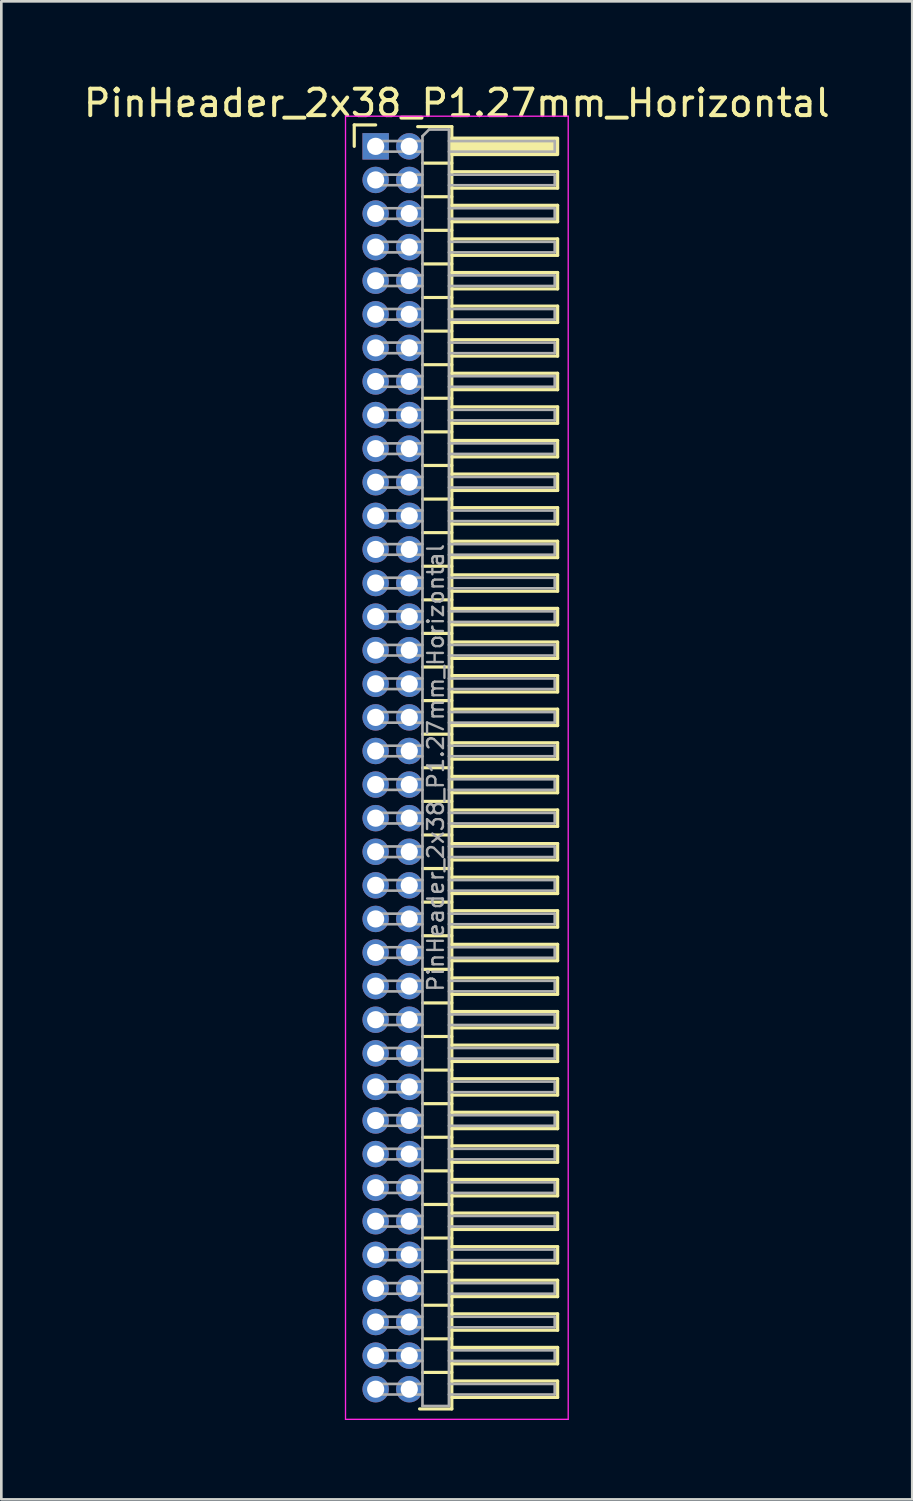
<source format=kicad_pcb>
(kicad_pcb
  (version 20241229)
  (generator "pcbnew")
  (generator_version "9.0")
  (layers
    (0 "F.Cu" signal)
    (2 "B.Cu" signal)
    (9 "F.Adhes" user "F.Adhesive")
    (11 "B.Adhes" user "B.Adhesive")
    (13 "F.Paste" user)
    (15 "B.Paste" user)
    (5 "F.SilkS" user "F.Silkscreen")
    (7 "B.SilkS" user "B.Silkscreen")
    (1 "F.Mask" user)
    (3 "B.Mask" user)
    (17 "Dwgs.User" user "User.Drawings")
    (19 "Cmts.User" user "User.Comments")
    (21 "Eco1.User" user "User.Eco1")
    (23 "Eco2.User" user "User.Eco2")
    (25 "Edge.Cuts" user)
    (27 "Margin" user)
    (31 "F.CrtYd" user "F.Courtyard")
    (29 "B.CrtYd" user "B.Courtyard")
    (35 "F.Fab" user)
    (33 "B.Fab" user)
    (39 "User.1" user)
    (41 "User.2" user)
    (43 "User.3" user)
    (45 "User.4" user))
  (footprint "PinHeader_2x38_P1.27mm_Horizontal"
    (layer "F.Cu")
    (at 11.153 2.483)
    (property "Reference" "PinHeader_2x38_P1.27mm_Horizontal" (at 3.067 -1.635 0) (layer "F.SilkS") (effects (font (size 1 1) (thickness 0.15))))
    (attr through_hole)
    (fp_line (start -0.81 -0.81) (end 0 -0.81) (stroke (width 0.12) (type solid)) (layer "F.SilkS"))
    (fp_line (start -0.81 0) (end -0.81 -0.81) (stroke (width 0.12) (type solid)) (layer "F.SilkS"))
    (fp_line (start 1.588 -0.745) (end 2.88 -0.745) (stroke (width 0.12) (type solid)) (layer "F.SilkS"))
    (fp_line (start 1.773 0.635) (end 2.88 0.635) (stroke (width 0.12) (type solid)) (layer "F.SilkS"))
    (fp_line (start 1.773 1.905) (end 2.88 1.905) (stroke (width 0.12) (type solid)) (layer "F.SilkS"))
    (fp_line (start 1.773 3.175) (end 2.88 3.175) (stroke (width 0.12) (type solid)) (layer "F.SilkS"))
    (fp_line (start 1.773 4.445) (end 2.88 4.445) (stroke (width 0.12) (type solid)) (layer "F.SilkS"))
    (fp_line (start 1.773 5.715) (end 2.88 5.715) (stroke (width 0.12) (type solid)) (layer "F.SilkS"))
    (fp_line (start 1.773 6.985) (end 2.88 6.985) (stroke (width 0.12) (type solid)) (layer "F.SilkS"))
    (fp_line (start 1.773 8.255) (end 2.88 8.255) (stroke (width 0.12) (type solid)) (layer "F.SilkS"))
    (fp_line (start 1.773 9.525) (end 2.88 9.525) (stroke (width 0.12) (type solid)) (layer "F.SilkS"))
    (fp_line (start 1.773 10.795) (end 2.88 10.795) (stroke (width 0.12) (type solid)) (layer "F.SilkS"))
    (fp_line (start 1.773 12.065) (end 2.88 12.065) (stroke (width 0.12) (type solid)) (layer "F.SilkS"))
    (fp_line (start 1.773 13.335) (end 2.88 13.335) (stroke (width 0.12) (type solid)) (layer "F.SilkS"))
    (fp_line (start 1.773 14.605) (end 2.88 14.605) (stroke (width 0.12) (type solid)) (layer "F.SilkS"))
    (fp_line (start 1.773 15.875) (end 2.88 15.875) (stroke (width 0.12) (type solid)) (layer "F.SilkS"))
    (fp_line (start 1.773 17.145) (end 2.88 17.145) (stroke (width 0.12) (type solid)) (layer "F.SilkS"))
    (fp_line (start 1.773 18.415) (end 2.88 18.415) (stroke (width 0.12) (type solid)) (layer "F.SilkS"))
    (fp_line (start 1.773 19.685) (end 2.88 19.685) (stroke (width 0.12) (type solid)) (layer "F.SilkS"))
    (fp_line (start 1.773 20.955) (end 2.88 20.955) (stroke (width 0.12) (type solid)) (layer "F.SilkS"))
    (fp_line (start 1.773 22.225) (end 2.88 22.225) (stroke (width 0.12) (type solid)) (layer "F.SilkS"))
    (fp_line (start 1.773 23.495) (end 2.88 23.495) (stroke (width 0.12) (type solid)) (layer "F.SilkS"))
    (fp_line (start 1.773 24.765) (end 2.88 24.765) (stroke (width 0.12) (type solid)) (layer "F.SilkS"))
    (fp_line (start 1.773 26.035) (end 2.88 26.035) (stroke (width 0.12) (type solid)) (layer "F.SilkS"))
    (fp_line (start 1.773 27.305) (end 2.88 27.305) (stroke (width 0.12) (type solid)) (layer "F.SilkS"))
    (fp_line (start 1.773 28.575) (end 2.88 28.575) (stroke (width 0.12) (type solid)) (layer "F.SilkS"))
    (fp_line (start 1.773 29.845) (end 2.88 29.845) (stroke (width 0.12) (type solid)) (layer "F.SilkS"))
    (fp_line (start 1.773 31.115) (end 2.88 31.115) (stroke (width 0.12) (type solid)) (layer "F.SilkS"))
    (fp_line (start 1.773 32.385) (end 2.88 32.385) (stroke (width 0.12) (type solid)) (layer "F.SilkS"))
    (fp_line (start 1.773 33.655) (end 2.88 33.655) (stroke (width 0.12) (type solid)) (layer "F.SilkS"))
    (fp_line (start 1.773 34.925) (end 2.88 34.925) (stroke (width 0.12) (type solid)) (layer "F.SilkS"))
    (fp_line (start 1.773 36.195) (end 2.88 36.195) (stroke (width 0.12) (type solid)) (layer "F.SilkS"))
    (fp_line (start 1.773 37.465) (end 2.88 37.465) (stroke (width 0.12) (type solid)) (layer "F.SilkS"))
    (fp_line (start 1.773 38.735) (end 2.88 38.735) (stroke (width 0.12) (type solid)) (layer "F.SilkS"))
    (fp_line (start 1.773 40.005) (end 2.88 40.005) (stroke (width 0.12) (type solid)) (layer "F.SilkS"))
    (fp_line (start 1.773 41.275) (end 2.88 41.275) (stroke (width 0.12) (type solid)) (layer "F.SilkS"))
    (fp_line (start 1.773 42.545) (end 2.88 42.545) (stroke (width 0.12) (type solid)) (layer "F.SilkS"))
    (fp_line (start 1.773 43.815) (end 2.88 43.815) (stroke (width 0.12) (type solid)) (layer "F.SilkS"))
    (fp_line (start 1.773 45.085) (end 2.88 45.085) (stroke (width 0.12) (type solid)) (layer "F.SilkS"))
    (fp_line (start 1.773 46.355) (end 2.88 46.355) (stroke (width 0.12) (type solid)) (layer "F.SilkS"))
    (fp_line (start 2.88 -0.745) (end 2.88 47.735) (stroke (width 0.12) (type solid)) (layer "F.SilkS"))
    (fp_line (start 2.88 0.96) (end 6.88 0.96) (stroke (width 0.12) (type solid)) (layer "F.SilkS"))
    (fp_line (start 2.88 2.23) (end 6.88 2.23) (stroke (width 0.12) (type solid)) (layer "F.SilkS"))
    (fp_line (start 2.88 3.5) (end 6.88 3.5) (stroke (width 0.12) (type solid)) (layer "F.SilkS"))
    (fp_line (start 2.88 4.77) (end 6.88 4.77) (stroke (width 0.12) (type solid)) (layer "F.SilkS"))
    (fp_line (start 2.88 6.04) (end 6.88 6.04) (stroke (width 0.12) (type solid)) (layer "F.SilkS"))
    (fp_line (start 2.88 7.31) (end 6.88 7.31) (stroke (width 0.12) (type solid)) (layer "F.SilkS"))
    (fp_line (start 2.88 8.58) (end 6.88 8.58) (stroke (width 0.12) (type solid)) (layer "F.SilkS"))
    (fp_line (start 2.88 9.85) (end 6.88 9.85) (stroke (width 0.12) (type solid)) (layer "F.SilkS"))
    (fp_line (start 2.88 11.12) (end 6.88 11.12) (stroke (width 0.12) (type solid)) (layer "F.SilkS"))
    (fp_line (start 2.88 12.39) (end 6.88 12.39) (stroke (width 0.12) (type solid)) (layer "F.SilkS"))
    (fp_line (start 2.88 13.66) (end 6.88 13.66) (stroke (width 0.12) (type solid)) (layer "F.SilkS"))
    (fp_line (start 2.88 14.93) (end 6.88 14.93) (stroke (width 0.12) (type solid)) (layer "F.SilkS"))
    (fp_line (start 2.88 16.2) (end 6.88 16.2) (stroke (width 0.12) (type solid)) (layer "F.SilkS"))
    (fp_line (start 2.88 17.47) (end 6.88 17.47) (stroke (width 0.12) (type solid)) (layer "F.SilkS"))
    (fp_line (start 2.88 18.74) (end 6.88 18.74) (stroke (width 0.12) (type solid)) (layer "F.SilkS"))
    (fp_line (start 2.88 20.01) (end 6.88 20.01) (stroke (width 0.12) (type solid)) (layer "F.SilkS"))
    (fp_line (start 2.88 21.28) (end 6.88 21.28) (stroke (width 0.12) (type solid)) (layer "F.SilkS"))
    (fp_line (start 2.88 22.55) (end 6.88 22.55) (stroke (width 0.12) (type solid)) (layer "F.SilkS"))
    (fp_line (start 2.88 23.82) (end 6.88 23.82) (stroke (width 0.12) (type solid)) (layer "F.SilkS"))
    (fp_line (start 2.88 25.09) (end 6.88 25.09) (stroke (width 0.12) (type solid)) (layer "F.SilkS"))
    (fp_line (start 2.88 26.36) (end 6.88 26.36) (stroke (width 0.12) (type solid)) (layer "F.SilkS"))
    (fp_line (start 2.88 27.63) (end 6.88 27.63) (stroke (width 0.12) (type solid)) (layer "F.SilkS"))
    (fp_line (start 2.88 28.9) (end 6.88 28.9) (stroke (width 0.12) (type solid)) (layer "F.SilkS"))
    (fp_line (start 2.88 30.17) (end 6.88 30.17) (stroke (width 0.12) (type solid)) (layer "F.SilkS"))
    (fp_line (start 2.88 31.44) (end 6.88 31.44) (stroke (width 0.12) (type solid)) (layer "F.SilkS"))
    (fp_line (start 2.88 32.71) (end 6.88 32.71) (stroke (width 0.12) (type solid)) (layer "F.SilkS"))
    (fp_line (start 2.88 33.98) (end 6.88 33.98) (stroke (width 0.12) (type solid)) (layer "F.SilkS"))
    (fp_line (start 2.88 35.25) (end 6.88 35.25) (stroke (width 0.12) (type solid)) (layer "F.SilkS"))
    (fp_line (start 2.88 36.52) (end 6.88 36.52) (stroke (width 0.12) (type solid)) (layer "F.SilkS"))
    (fp_line (start 2.88 37.79) (end 6.88 37.79) (stroke (width 0.12) (type solid)) (layer "F.SilkS"))
    (fp_line (start 2.88 39.06) (end 6.88 39.06) (stroke (width 0.12) (type solid)) (layer "F.SilkS"))
    (fp_line (start 2.88 40.33) (end 6.88 40.33) (stroke (width 0.12) (type solid)) (layer "F.SilkS"))
    (fp_line (start 2.88 41.6) (end 6.88 41.6) (stroke (width 0.12) (type solid)) (layer "F.SilkS"))
    (fp_line (start 2.88 42.87) (end 6.88 42.87) (stroke (width 0.12) (type solid)) (layer "F.SilkS"))
    (fp_line (start 2.88 44.14) (end 6.88 44.14) (stroke (width 0.12) (type solid)) (layer "F.SilkS"))
    (fp_line (start 2.88 45.41) (end 6.88 45.41) (stroke (width 0.12) (type solid)) (layer "F.SilkS"))
    (fp_line (start 2.88 46.68) (end 6.88 46.68) (stroke (width 0.12) (type solid)) (layer "F.SilkS"))
    (fp_line (start 2.88 47.735) (end 1.66 47.735) (stroke (width 0.12) (type solid)) (layer "F.SilkS"))
    (fp_line (start 6.88 0.96) (end 6.88 1.58) (stroke (width 0.12) (type solid)) (layer "F.SilkS"))
    (fp_line (start 6.88 1.58) (end 2.88 1.58) (stroke (width 0.12) (type solid)) (layer "F.SilkS"))
    (fp_line (start 6.88 2.23) (end 6.88 2.85) (stroke (width 0.12) (type solid)) (layer "F.SilkS"))
    (fp_line (start 6.88 2.85) (end 2.88 2.85) (stroke (width 0.12) (type solid)) (layer "F.SilkS"))
    (fp_line (start 6.88 3.5) (end 6.88 4.12) (stroke (width 0.12) (type solid)) (layer "F.SilkS"))
    (fp_line (start 6.88 4.12) (end 2.88 4.12) (stroke (width 0.12) (type solid)) (layer "F.SilkS"))
    (fp_line (start 6.88 4.77) (end 6.88 5.39) (stroke (width 0.12) (type solid)) (layer "F.SilkS"))
    (fp_line (start 6.88 5.39) (end 2.88 5.39) (stroke (width 0.12) (type solid)) (layer "F.SilkS"))
    (fp_line (start 6.88 6.04) (end 6.88 6.66) (stroke (width 0.12) (type solid)) (layer "F.SilkS"))
    (fp_line (start 6.88 6.66) (end 2.88 6.66) (stroke (width 0.12) (type solid)) (layer "F.SilkS"))
    (fp_line (start 6.88 7.31) (end 6.88 7.93) (stroke (width 0.12) (type solid)) (layer "F.SilkS"))
    (fp_line (start 6.88 7.93) (end 2.88 7.93) (stroke (width 0.12) (type solid)) (layer "F.SilkS"))
    (fp_line (start 6.88 8.58) (end 6.88 9.2) (stroke (width 0.12) (type solid)) (layer "F.SilkS"))
    (fp_line (start 6.88 9.2) (end 2.88 9.2) (stroke (width 0.12) (type solid)) (layer "F.SilkS"))
    (fp_line (start 6.88 9.85) (end 6.88 10.47) (stroke (width 0.12) (type solid)) (layer "F.SilkS"))
    (fp_line (start 6.88 10.47) (end 2.88 10.47) (stroke (width 0.12) (type solid)) (layer "F.SilkS"))
    (fp_line (start 6.88 11.12) (end 6.88 11.74) (stroke (width 0.12) (type solid)) (layer "F.SilkS"))
    (fp_line (start 6.88 11.74) (end 2.88 11.74) (stroke (width 0.12) (type solid)) (layer "F.SilkS"))
    (fp_line (start 6.88 12.39) (end 6.88 13.01) (stroke (width 0.12) (type solid)) (layer "F.SilkS"))
    (fp_line (start 6.88 13.01) (end 2.88 13.01) (stroke (width 0.12) (type solid)) (layer "F.SilkS"))
    (fp_line (start 6.88 13.66) (end 6.88 14.28) (stroke (width 0.12) (type solid)) (layer "F.SilkS"))
    (fp_line (start 6.88 14.28) (end 2.88 14.28) (stroke (width 0.12) (type solid)) (layer "F.SilkS"))
    (fp_line (start 6.88 14.93) (end 6.88 15.55) (stroke (width 0.12) (type solid)) (layer "F.SilkS"))
    (fp_line (start 6.88 15.55) (end 2.88 15.55) (stroke (width 0.12) (type solid)) (layer "F.SilkS"))
    (fp_line (start 6.88 16.2) (end 6.88 16.82) (stroke (width 0.12) (type solid)) (layer "F.SilkS"))
    (fp_line (start 6.88 16.82) (end 2.88 16.82) (stroke (width 0.12) (type solid)) (layer "F.SilkS"))
    (fp_line (start 6.88 17.47) (end 6.88 18.09) (stroke (width 0.12) (type solid)) (layer "F.SilkS"))
    (fp_line (start 6.88 18.09) (end 2.88 18.09) (stroke (width 0.12) (type solid)) (layer "F.SilkS"))
    (fp_line (start 6.88 18.74) (end 6.88 19.36) (stroke (width 0.12) (type solid)) (layer "F.SilkS"))
    (fp_line (start 6.88 19.36) (end 2.88 19.36) (stroke (width 0.12) (type solid)) (layer "F.SilkS"))
    (fp_line (start 6.88 20.01) (end 6.88 20.63) (stroke (width 0.12) (type solid)) (layer "F.SilkS"))
    (fp_line (start 6.88 20.63) (end 2.88 20.63) (stroke (width 0.12) (type solid)) (layer "F.SilkS"))
    (fp_line (start 6.88 21.28) (end 6.88 21.9) (stroke (width 0.12) (type solid)) (layer "F.SilkS"))
    (fp_line (start 6.88 21.9) (end 2.88 21.9) (stroke (width 0.12) (type solid)) (layer "F.SilkS"))
    (fp_line (start 6.88 22.55) (end 6.88 23.17) (stroke (width 0.12) (type solid)) (layer "F.SilkS"))
    (fp_line (start 6.88 23.17) (end 2.88 23.17) (stroke (width 0.12) (type solid)) (layer "F.SilkS"))
    (fp_line (start 6.88 23.82) (end 6.88 24.44) (stroke (width 0.12) (type solid)) (layer "F.SilkS"))
    (fp_line (start 6.88 24.44) (end 2.88 24.44) (stroke (width 0.12) (type solid)) (layer "F.SilkS"))
    (fp_line (start 6.88 25.09) (end 6.88 25.71) (stroke (width 0.12) (type solid)) (layer "F.SilkS"))
    (fp_line (start 6.88 25.71) (end 2.88 25.71) (stroke (width 0.12) (type solid)) (layer "F.SilkS"))
    (fp_line (start 6.88 26.36) (end 6.88 26.98) (stroke (width 0.12) (type solid)) (layer "F.SilkS"))
    (fp_line (start 6.88 26.98) (end 2.88 26.98) (stroke (width 0.12) (type solid)) (layer "F.SilkS"))
    (fp_line (start 6.88 27.63) (end 6.88 28.25) (stroke (width 0.12) (type solid)) (layer "F.SilkS"))
    (fp_line (start 6.88 28.25) (end 2.88 28.25) (stroke (width 0.12) (type solid)) (layer "F.SilkS"))
    (fp_line (start 6.88 28.9) (end 6.88 29.52) (stroke (width 0.12) (type solid)) (layer "F.SilkS"))
    (fp_line (start 6.88 29.52) (end 2.88 29.52) (stroke (width 0.12) (type solid)) (layer "F.SilkS"))
    (fp_line (start 6.88 30.17) (end 6.88 30.79) (stroke (width 0.12) (type solid)) (layer "F.SilkS"))
    (fp_line (start 6.88 30.79) (end 2.88 30.79) (stroke (width 0.12) (type solid)) (layer "F.SilkS"))
    (fp_line (start 6.88 31.44) (end 6.88 32.06) (stroke (width 0.12) (type solid)) (layer "F.SilkS"))
    (fp_line (start 6.88 32.06) (end 2.88 32.06) (stroke (width 0.12) (type solid)) (layer "F.SilkS"))
    (fp_line (start 6.88 32.71) (end 6.88 33.33) (stroke (width 0.12) (type solid)) (layer "F.SilkS"))
    (fp_line (start 6.88 33.33) (end 2.88 33.33) (stroke (width 0.12) (type solid)) (layer "F.SilkS"))
    (fp_line (start 6.88 33.98) (end 6.88 34.6) (stroke (width 0.12) (type solid)) (layer "F.SilkS"))
    (fp_line (start 6.88 34.6) (end 2.88 34.6) (stroke (width 0.12) (type solid)) (layer "F.SilkS"))
    (fp_line (start 6.88 35.25) (end 6.88 35.87) (stroke (width 0.12) (type solid)) (layer "F.SilkS"))
    (fp_line (start 6.88 35.87) (end 2.88 35.87) (stroke (width 0.12) (type solid)) (layer "F.SilkS"))
    (fp_line (start 6.88 36.52) (end 6.88 37.14) (stroke (width 0.12) (type solid)) (layer "F.SilkS"))
    (fp_line (start 6.88 37.14) (end 2.88 37.14) (stroke (width 0.12) (type solid)) (layer "F.SilkS"))
    (fp_line (start 6.88 37.79) (end 6.88 38.41) (stroke (width 0.12) (type solid)) (layer "F.SilkS"))
    (fp_line (start 6.88 38.41) (end 2.88 38.41) (stroke (width 0.12) (type solid)) (layer "F.SilkS"))
    (fp_line (start 6.88 39.06) (end 6.88 39.68) (stroke (width 0.12) (type solid)) (layer "F.SilkS"))
    (fp_line (start 6.88 39.68) (end 2.88 39.68) (stroke (width 0.12) (type solid)) (layer "F.SilkS"))
    (fp_line (start 6.88 40.33) (end 6.88 40.95) (stroke (width 0.12) (type solid)) (layer "F.SilkS"))
    (fp_line (start 6.88 40.95) (end 2.88 40.95) (stroke (width 0.12) (type solid)) (layer "F.SilkS"))
    (fp_line (start 6.88 41.6) (end 6.88 42.22) (stroke (width 0.12) (type solid)) (layer "F.SilkS"))
    (fp_line (start 6.88 42.22) (end 2.88 42.22) (stroke (width 0.12) (type solid)) (layer "F.SilkS"))
    (fp_line (start 6.88 42.87) (end 6.88 43.49) (stroke (width 0.12) (type solid)) (layer "F.SilkS"))
    (fp_line (start 6.88 43.49) (end 2.88 43.49) (stroke (width 0.12) (type solid)) (layer "F.SilkS"))
    (fp_line (start 6.88 44.14) (end 6.88 44.76) (stroke (width 0.12) (type solid)) (layer "F.SilkS"))
    (fp_line (start 6.88 44.76) (end 2.88 44.76) (stroke (width 0.12) (type solid)) (layer "F.SilkS"))
    (fp_line (start 6.88 45.41) (end 6.88 46.03) (stroke (width 0.12) (type solid)) (layer "F.SilkS"))
    (fp_line (start 6.88 46.03) (end 2.88 46.03) (stroke (width 0.12) (type solid)) (layer "F.SilkS"))
    (fp_line (start 6.88 46.68) (end 6.88 47.3) (stroke (width 0.12) (type solid)) (layer "F.SilkS"))
    (fp_line (start 6.88 47.3) (end 2.88 47.3) (stroke (width 0.12) (type solid)) (layer "F.SilkS"))
    (fp_rect (start 2.88 -0.31) (end 6.88 0.31) (stroke (width 0.12) (type solid)) (fill yes) (layer "F.SilkS"))
    (fp_line (start -1.14 -1.14) (end -1.14 48.13) (stroke (width 0.05) (type solid)) (layer "F.CrtYd"))
    (fp_line (start -1.14 48.13) (end 7.28 48.13) (stroke (width 0.05) (type solid)) (layer "F.CrtYd"))
    (fp_line (start 7.28 -1.14) (end -1.14 -1.14) (stroke (width 0.05) (type solid)) (layer "F.CrtYd"))
    (fp_line (start 7.28 48.13) (end 7.28 -1.14) (stroke (width 0.05) (type solid)) (layer "F.CrtYd"))
    (fp_line (start -0.2 -0.2) (end -0.2 0.2) (stroke (width 0.1) (type solid)) (layer "F.Fab"))
    (fp_line (start -0.2 -0.2) (end 1.77 -0.2) (stroke (width 0.1) (type solid)) (layer "F.Fab"))
    (fp_line (start -0.2 0.2) (end 1.77 0.2) (stroke (width 0.1) (type solid)) (layer "F.Fab"))
    (fp_line (start -0.2 1.07) (end -0.2 1.47) (stroke (width 0.1) (type solid)) (layer "F.Fab"))
    (fp_line (start -0.2 1.07) (end 1.77 1.07) (stroke (width 0.1) (type solid)) (layer "F.Fab"))
    (fp_line (start -0.2 1.47) (end 1.77 1.47) (stroke (width 0.1) (type solid)) (layer "F.Fab"))
    (fp_line (start -0.2 2.34) (end -0.2 2.74) (stroke (width 0.1) (type solid)) (layer "F.Fab"))
    (fp_line (start -0.2 2.34) (end 1.77 2.34) (stroke (width 0.1) (type solid)) (layer "F.Fab"))
    (fp_line (start -0.2 2.74) (end 1.77 2.74) (stroke (width 0.1) (type solid)) (layer "F.Fab"))
    (fp_line (start -0.2 3.61) (end -0.2 4.01) (stroke (width 0.1) (type solid)) (layer "F.Fab"))
    (fp_line (start -0.2 3.61) (end 1.77 3.61) (stroke (width 0.1) (type solid)) (layer "F.Fab"))
    (fp_line (start -0.2 4.01) (end 1.77 4.01) (stroke (width 0.1) (type solid)) (layer "F.Fab"))
    (fp_line (start -0.2 4.88) (end -0.2 5.28) (stroke (width 0.1) (type solid)) (layer "F.Fab"))
    (fp_line (start -0.2 4.88) (end 1.77 4.88) (stroke (width 0.1) (type solid)) (layer "F.Fab"))
    (fp_line (start -0.2 5.28) (end 1.77 5.28) (stroke (width 0.1) (type solid)) (layer "F.Fab"))
    (fp_line (start -0.2 6.15) (end -0.2 6.55) (stroke (width 0.1) (type solid)) (layer "F.Fab"))
    (fp_line (start -0.2 6.15) (end 1.77 6.15) (stroke (width 0.1) (type solid)) (layer "F.Fab"))
    (fp_line (start -0.2 6.55) (end 1.77 6.55) (stroke (width 0.1) (type solid)) (layer "F.Fab"))
    (fp_line (start -0.2 7.42) (end -0.2 7.82) (stroke (width 0.1) (type solid)) (layer "F.Fab"))
    (fp_line (start -0.2 7.42) (end 1.77 7.42) (stroke (width 0.1) (type solid)) (layer "F.Fab"))
    (fp_line (start -0.2 7.82) (end 1.77 7.82) (stroke (width 0.1) (type solid)) (layer "F.Fab"))
    (fp_line (start -0.2 8.69) (end -0.2 9.09) (stroke (width 0.1) (type solid)) (layer "F.Fab"))
    (fp_line (start -0.2 8.69) (end 1.77 8.69) (stroke (width 0.1) (type solid)) (layer "F.Fab"))
    (fp_line (start -0.2 9.09) (end 1.77 9.09) (stroke (width 0.1) (type solid)) (layer "F.Fab"))
    (fp_line (start -0.2 9.96) (end -0.2 10.36) (stroke (width 0.1) (type solid)) (layer "F.Fab"))
    (fp_line (start -0.2 9.96) (end 1.77 9.96) (stroke (width 0.1) (type solid)) (layer "F.Fab"))
    (fp_line (start -0.2 10.36) (end 1.77 10.36) (stroke (width 0.1) (type solid)) (layer "F.Fab"))
    (fp_line (start -0.2 11.23) (end -0.2 11.63) (stroke (width 0.1) (type solid)) (layer "F.Fab"))
    (fp_line (start -0.2 11.23) (end 1.77 11.23) (stroke (width 0.1) (type solid)) (layer "F.Fab"))
    (fp_line (start -0.2 11.63) (end 1.77 11.63) (stroke (width 0.1) (type solid)) (layer "F.Fab"))
    (fp_line (start -0.2 12.5) (end -0.2 12.9) (stroke (width 0.1) (type solid)) (layer "F.Fab"))
    (fp_line (start -0.2 12.5) (end 1.77 12.5) (stroke (width 0.1) (type solid)) (layer "F.Fab"))
    (fp_line (start -0.2 12.9) (end 1.77 12.9) (stroke (width 0.1) (type solid)) (layer "F.Fab"))
    (fp_line (start -0.2 13.77) (end -0.2 14.17) (stroke (width 0.1) (type solid)) (layer "F.Fab"))
    (fp_line (start -0.2 13.77) (end 1.77 13.77) (stroke (width 0.1) (type solid)) (layer "F.Fab"))
    (fp_line (start -0.2 14.17) (end 1.77 14.17) (stroke (width 0.1) (type solid)) (layer "F.Fab"))
    (fp_line (start -0.2 15.04) (end -0.2 15.44) (stroke (width 0.1) (type solid)) (layer "F.Fab"))
    (fp_line (start -0.2 15.04) (end 1.77 15.04) (stroke (width 0.1) (type solid)) (layer "F.Fab"))
    (fp_line (start -0.2 15.44) (end 1.77 15.44) (stroke (width 0.1) (type solid)) (layer "F.Fab"))
    (fp_line (start -0.2 16.31) (end -0.2 16.71) (stroke (width 0.1) (type solid)) (layer "F.Fab"))
    (fp_line (start -0.2 16.31) (end 1.77 16.31) (stroke (width 0.1) (type solid)) (layer "F.Fab"))
    (fp_line (start -0.2 16.71) (end 1.77 16.71) (stroke (width 0.1) (type solid)) (layer "F.Fab"))
    (fp_line (start -0.2 17.58) (end -0.2 17.98) (stroke (width 0.1) (type solid)) (layer "F.Fab"))
    (fp_line (start -0.2 17.58) (end 1.77 17.58) (stroke (width 0.1) (type solid)) (layer "F.Fab"))
    (fp_line (start -0.2 17.98) (end 1.77 17.98) (stroke (width 0.1) (type solid)) (layer "F.Fab"))
    (fp_line (start -0.2 18.85) (end -0.2 19.25) (stroke (width 0.1) (type solid)) (layer "F.Fab"))
    (fp_line (start -0.2 18.85) (end 1.77 18.85) (stroke (width 0.1) (type solid)) (layer "F.Fab"))
    (fp_line (start -0.2 19.25) (end 1.77 19.25) (stroke (width 0.1) (type solid)) (layer "F.Fab"))
    (fp_line (start -0.2 20.12) (end -0.2 20.52) (stroke (width 0.1) (type solid)) (layer "F.Fab"))
    (fp_line (start -0.2 20.12) (end 1.77 20.12) (stroke (width 0.1) (type solid)) (layer "F.Fab"))
    (fp_line (start -0.2 20.52) (end 1.77 20.52) (stroke (width 0.1) (type solid)) (layer "F.Fab"))
    (fp_line (start -0.2 21.39) (end -0.2 21.79) (stroke (width 0.1) (type solid)) (layer "F.Fab"))
    (fp_line (start -0.2 21.39) (end 1.77 21.39) (stroke (width 0.1) (type solid)) (layer "F.Fab"))
    (fp_line (start -0.2 21.79) (end 1.77 21.79) (stroke (width 0.1) (type solid)) (layer "F.Fab"))
    (fp_line (start -0.2 22.66) (end -0.2 23.06) (stroke (width 0.1) (type solid)) (layer "F.Fab"))
    (fp_line (start -0.2 22.66) (end 1.77 22.66) (stroke (width 0.1) (type solid)) (layer "F.Fab"))
    (fp_line (start -0.2 23.06) (end 1.77 23.06) (stroke (width 0.1) (type solid)) (layer "F.Fab"))
    (fp_line (start -0.2 23.93) (end -0.2 24.33) (stroke (width 0.1) (type solid)) (layer "F.Fab"))
    (fp_line (start -0.2 23.93) (end 1.77 23.93) (stroke (width 0.1) (type solid)) (layer "F.Fab"))
    (fp_line (start -0.2 24.33) (end 1.77 24.33) (stroke (width 0.1) (type solid)) (layer "F.Fab"))
    (fp_line (start -0.2 25.2) (end -0.2 25.6) (stroke (width 0.1) (type solid)) (layer "F.Fab"))
    (fp_line (start -0.2 25.2) (end 1.77 25.2) (stroke (width 0.1) (type solid)) (layer "F.Fab"))
    (fp_line (start -0.2 25.6) (end 1.77 25.6) (stroke (width 0.1) (type solid)) (layer "F.Fab"))
    (fp_line (start -0.2 26.47) (end -0.2 26.87) (stroke (width 0.1) (type solid)) (layer "F.Fab"))
    (fp_line (start -0.2 26.47) (end 1.77 26.47) (stroke (width 0.1) (type solid)) (layer "F.Fab"))
    (fp_line (start -0.2 26.87) (end 1.77 26.87) (stroke (width 0.1) (type solid)) (layer "F.Fab"))
    (fp_line (start -0.2 27.74) (end -0.2 28.14) (stroke (width 0.1) (type solid)) (layer "F.Fab"))
    (fp_line (start -0.2 27.74) (end 1.77 27.74) (stroke (width 0.1) (type solid)) (layer "F.Fab"))
    (fp_line (start -0.2 28.14) (end 1.77 28.14) (stroke (width 0.1) (type solid)) (layer "F.Fab"))
    (fp_line (start -0.2 29.01) (end -0.2 29.41) (stroke (width 0.1) (type solid)) (layer "F.Fab"))
    (fp_line (start -0.2 29.01) (end 1.77 29.01) (stroke (width 0.1) (type solid)) (layer "F.Fab"))
    (fp_line (start -0.2 29.41) (end 1.77 29.41) (stroke (width 0.1) (type solid)) (layer "F.Fab"))
    (fp_line (start -0.2 30.28) (end -0.2 30.68) (stroke (width 0.1) (type solid)) (layer "F.Fab"))
    (fp_line (start -0.2 30.28) (end 1.77 30.28) (stroke (width 0.1) (type solid)) (layer "F.Fab"))
    (fp_line (start -0.2 30.68) (end 1.77 30.68) (stroke (width 0.1) (type solid)) (layer "F.Fab"))
    (fp_line (start -0.2 31.55) (end -0.2 31.95) (stroke (width 0.1) (type solid)) (layer "F.Fab"))
    (fp_line (start -0.2 31.55) (end 1.77 31.55) (stroke (width 0.1) (type solid)) (layer "F.Fab"))
    (fp_line (start -0.2 31.95) (end 1.77 31.95) (stroke (width 0.1) (type solid)) (layer "F.Fab"))
    (fp_line (start -0.2 32.82) (end -0.2 33.22) (stroke (width 0.1) (type solid)) (layer "F.Fab"))
    (fp_line (start -0.2 32.82) (end 1.77 32.82) (stroke (width 0.1) (type solid)) (layer "F.Fab"))
    (fp_line (start -0.2 33.22) (end 1.77 33.22) (stroke (width 0.1) (type solid)) (layer "F.Fab"))
    (fp_line (start -0.2 34.09) (end -0.2 34.49) (stroke (width 0.1) (type solid)) (layer "F.Fab"))
    (fp_line (start -0.2 34.09) (end 1.77 34.09) (stroke (width 0.1) (type solid)) (layer "F.Fab"))
    (fp_line (start -0.2 34.49) (end 1.77 34.49) (stroke (width 0.1) (type solid)) (layer "F.Fab"))
    (fp_line (start -0.2 35.36) (end -0.2 35.76) (stroke (width 0.1) (type solid)) (layer "F.Fab"))
    (fp_line (start -0.2 35.36) (end 1.77 35.36) (stroke (width 0.1) (type solid)) (layer "F.Fab"))
    (fp_line (start -0.2 35.76) (end 1.77 35.76) (stroke (width 0.1) (type solid)) (layer "F.Fab"))
    (fp_line (start -0.2 36.63) (end -0.2 37.03) (stroke (width 0.1) (type solid)) (layer "F.Fab"))
    (fp_line (start -0.2 36.63) (end 1.77 36.63) (stroke (width 0.1) (type solid)) (layer "F.Fab"))
    (fp_line (start -0.2 37.03) (end 1.77 37.03) (stroke (width 0.1) (type solid)) (layer "F.Fab"))
    (fp_line (start -0.2 37.9) (end -0.2 38.3) (stroke (width 0.1) (type solid)) (layer "F.Fab"))
    (fp_line (start -0.2 37.9) (end 1.77 37.9) (stroke (width 0.1) (type solid)) (layer "F.Fab"))
    (fp_line (start -0.2 38.3) (end 1.77 38.3) (stroke (width 0.1) (type solid)) (layer "F.Fab"))
    (fp_line (start -0.2 39.17) (end -0.2 39.57) (stroke (width 0.1) (type solid)) (layer "F.Fab"))
    (fp_line (start -0.2 39.17) (end 1.77 39.17) (stroke (width 0.1) (type solid)) (layer "F.Fab"))
    (fp_line (start -0.2 39.57) (end 1.77 39.57) (stroke (width 0.1) (type solid)) (layer "F.Fab"))
    (fp_line (start -0.2 40.44) (end -0.2 40.84) (stroke (width 0.1) (type solid)) (layer "F.Fab"))
    (fp_line (start -0.2 40.44) (end 1.77 40.44) (stroke (width 0.1) (type solid)) (layer "F.Fab"))
    (fp_line (start -0.2 40.84) (end 1.77 40.84) (stroke (width 0.1) (type solid)) (layer "F.Fab"))
    (fp_line (start -0.2 41.71) (end -0.2 42.11) (stroke (width 0.1) (type solid)) (layer "F.Fab"))
    (fp_line (start -0.2 41.71) (end 1.77 41.71) (stroke (width 0.1) (type solid)) (layer "F.Fab"))
    (fp_line (start -0.2 42.11) (end 1.77 42.11) (stroke (width 0.1) (type solid)) (layer "F.Fab"))
    (fp_line (start -0.2 42.98) (end -0.2 43.38) (stroke (width 0.1) (type solid)) (layer "F.Fab"))
    (fp_line (start -0.2 42.98) (end 1.77 42.98) (stroke (width 0.1) (type solid)) (layer "F.Fab"))
    (fp_line (start -0.2 43.38) (end 1.77 43.38) (stroke (width 0.1) (type solid)) (layer "F.Fab"))
    (fp_line (start -0.2 44.25) (end -0.2 44.65) (stroke (width 0.1) (type solid)) (layer "F.Fab"))
    (fp_line (start -0.2 44.25) (end 1.77 44.25) (stroke (width 0.1) (type solid)) (layer "F.Fab"))
    (fp_line (start -0.2 44.65) (end 1.77 44.65) (stroke (width 0.1) (type solid)) (layer "F.Fab"))
    (fp_line (start -0.2 45.52) (end -0.2 45.92) (stroke (width 0.1) (type solid)) (layer "F.Fab"))
    (fp_line (start -0.2 45.52) (end 1.77 45.52) (stroke (width 0.1) (type solid)) (layer "F.Fab"))
    (fp_line (start -0.2 45.92) (end 1.77 45.92) (stroke (width 0.1) (type solid)) (layer "F.Fab"))
    (fp_line (start -0.2 46.79) (end -0.2 47.19) (stroke (width 0.1) (type solid)) (layer "F.Fab"))
    (fp_line (start -0.2 46.79) (end 1.77 46.79) (stroke (width 0.1) (type solid)) (layer "F.Fab"))
    (fp_line (start -0.2 47.19) (end 1.77 47.19) (stroke (width 0.1) (type solid)) (layer "F.Fab"))
    (fp_line (start 1.77 -0.385) (end 2.02 -0.635) (stroke (width 0.1) (type solid)) (layer "F.Fab"))
    (fp_line (start 1.77 47.625) (end 1.77 -0.385) (stroke (width 0.1) (type solid)) (layer "F.Fab"))
    (fp_line (start 2.02 -0.635) (end 2.77 -0.635) (stroke (width 0.1) (type solid)) (layer "F.Fab"))
    (fp_line (start 2.77 -0.635) (end 2.77 47.625) (stroke (width 0.1) (type solid)) (layer "F.Fab"))
    (fp_line (start 2.77 -0.2) (end 6.77 -0.2) (stroke (width 0.1) (type solid)) (layer "F.Fab"))
    (fp_line (start 2.77 0.2) (end 6.77 0.2) (stroke (width 0.1) (type solid)) (layer "F.Fab"))
    (fp_line (start 2.77 1.07) (end 6.77 1.07) (stroke (width 0.1) (type solid)) (layer "F.Fab"))
    (fp_line (start 2.77 1.47) (end 6.77 1.47) (stroke (width 0.1) (type solid)) (layer "F.Fab"))
    (fp_line (start 2.77 2.34) (end 6.77 2.34) (stroke (width 0.1) (type solid)) (layer "F.Fab"))
    (fp_line (start 2.77 2.74) (end 6.77 2.74) (stroke (width 0.1) (type solid)) (layer "F.Fab"))
    (fp_line (start 2.77 3.61) (end 6.77 3.61) (stroke (width 0.1) (type solid)) (layer "F.Fab"))
    (fp_line (start 2.77 4.01) (end 6.77 4.01) (stroke (width 0.1) (type solid)) (layer "F.Fab"))
    (fp_line (start 2.77 4.88) (end 6.77 4.88) (stroke (width 0.1) (type solid)) (layer "F.Fab"))
    (fp_line (start 2.77 5.28) (end 6.77 5.28) (stroke (width 0.1) (type solid)) (layer "F.Fab"))
    (fp_line (start 2.77 6.15) (end 6.77 6.15) (stroke (width 0.1) (type solid)) (layer "F.Fab"))
    (fp_line (start 2.77 6.55) (end 6.77 6.55) (stroke (width 0.1) (type solid)) (layer "F.Fab"))
    (fp_line (start 2.77 7.42) (end 6.77 7.42) (stroke (width 0.1) (type solid)) (layer "F.Fab"))
    (fp_line (start 2.77 7.82) (end 6.77 7.82) (stroke (width 0.1) (type solid)) (layer "F.Fab"))
    (fp_line (start 2.77 8.69) (end 6.77 8.69) (stroke (width 0.1) (type solid)) (layer "F.Fab"))
    (fp_line (start 2.77 9.09) (end 6.77 9.09) (stroke (width 0.1) (type solid)) (layer "F.Fab"))
    (fp_line (start 2.77 9.96) (end 6.77 9.96) (stroke (width 0.1) (type solid)) (layer "F.Fab"))
    (fp_line (start 2.77 10.36) (end 6.77 10.36) (stroke (width 0.1) (type solid)) (layer "F.Fab"))
    (fp_line (start 2.77 11.23) (end 6.77 11.23) (stroke (width 0.1) (type solid)) (layer "F.Fab"))
    (fp_line (start 2.77 11.63) (end 6.77 11.63) (stroke (width 0.1) (type solid)) (layer "F.Fab"))
    (fp_line (start 2.77 12.5) (end 6.77 12.5) (stroke (width 0.1) (type solid)) (layer "F.Fab"))
    (fp_line (start 2.77 12.9) (end 6.77 12.9) (stroke (width 0.1) (type solid)) (layer "F.Fab"))
    (fp_line (start 2.77 13.77) (end 6.77 13.77) (stroke (width 0.1) (type solid)) (layer "F.Fab"))
    (fp_line (start 2.77 14.17) (end 6.77 14.17) (stroke (width 0.1) (type solid)) (layer "F.Fab"))
    (fp_line (start 2.77 15.04) (end 6.77 15.04) (stroke (width 0.1) (type solid)) (layer "F.Fab"))
    (fp_line (start 2.77 15.44) (end 6.77 15.44) (stroke (width 0.1) (type solid)) (layer "F.Fab"))
    (fp_line (start 2.77 16.31) (end 6.77 16.31) (stroke (width 0.1) (type solid)) (layer "F.Fab"))
    (fp_line (start 2.77 16.71) (end 6.77 16.71) (stroke (width 0.1) (type solid)) (layer "F.Fab"))
    (fp_line (start 2.77 17.58) (end 6.77 17.58) (stroke (width 0.1) (type solid)) (layer "F.Fab"))
    (fp_line (start 2.77 17.98) (end 6.77 17.98) (stroke (width 0.1) (type solid)) (layer "F.Fab"))
    (fp_line (start 2.77 18.85) (end 6.77 18.85) (stroke (width 0.1) (type solid)) (layer "F.Fab"))
    (fp_line (start 2.77 19.25) (end 6.77 19.25) (stroke (width 0.1) (type solid)) (layer "F.Fab"))
    (fp_line (start 2.77 20.12) (end 6.77 20.12) (stroke (width 0.1) (type solid)) (layer "F.Fab"))
    (fp_line (start 2.77 20.52) (end 6.77 20.52) (stroke (width 0.1) (type solid)) (layer "F.Fab"))
    (fp_line (start 2.77 21.39) (end 6.77 21.39) (stroke (width 0.1) (type solid)) (layer "F.Fab"))
    (fp_line (start 2.77 21.79) (end 6.77 21.79) (stroke (width 0.1) (type solid)) (layer "F.Fab"))
    (fp_line (start 2.77 22.66) (end 6.77 22.66) (stroke (width 0.1) (type solid)) (layer "F.Fab"))
    (fp_line (start 2.77 23.06) (end 6.77 23.06) (stroke (width 0.1) (type solid)) (layer "F.Fab"))
    (fp_line (start 2.77 23.93) (end 6.77 23.93) (stroke (width 0.1) (type solid)) (layer "F.Fab"))
    (fp_line (start 2.77 24.33) (end 6.77 24.33) (stroke (width 0.1) (type solid)) (layer "F.Fab"))
    (fp_line (start 2.77 25.2) (end 6.77 25.2) (stroke (width 0.1) (type solid)) (layer "F.Fab"))
    (fp_line (start 2.77 25.6) (end 6.77 25.6) (stroke (width 0.1) (type solid)) (layer "F.Fab"))
    (fp_line (start 2.77 26.47) (end 6.77 26.47) (stroke (width 0.1) (type solid)) (layer "F.Fab"))
    (fp_line (start 2.77 26.87) (end 6.77 26.87) (stroke (width 0.1) (type solid)) (layer "F.Fab"))
    (fp_line (start 2.77 27.74) (end 6.77 27.74) (stroke (width 0.1) (type solid)) (layer "F.Fab"))
    (fp_line (start 2.77 28.14) (end 6.77 28.14) (stroke (width 0.1) (type solid)) (layer "F.Fab"))
    (fp_line (start 2.77 29.01) (end 6.77 29.01) (stroke (width 0.1) (type solid)) (layer "F.Fab"))
    (fp_line (start 2.77 29.41) (end 6.77 29.41) (stroke (width 0.1) (type solid)) (layer "F.Fab"))
    (fp_line (start 2.77 30.28) (end 6.77 30.28) (stroke (width 0.1) (type solid)) (layer "F.Fab"))
    (fp_line (start 2.77 30.68) (end 6.77 30.68) (stroke (width 0.1) (type solid)) (layer "F.Fab"))
    (fp_line (start 2.77 31.55) (end 6.77 31.55) (stroke (width 0.1) (type solid)) (layer "F.Fab"))
    (fp_line (start 2.77 31.95) (end 6.77 31.95) (stroke (width 0.1) (type solid)) (layer "F.Fab"))
    (fp_line (start 2.77 32.82) (end 6.77 32.82) (stroke (width 0.1) (type solid)) (layer "F.Fab"))
    (fp_line (start 2.77 33.22) (end 6.77 33.22) (stroke (width 0.1) (type solid)) (layer "F.Fab"))
    (fp_line (start 2.77 34.09) (end 6.77 34.09) (stroke (width 0.1) (type solid)) (layer "F.Fab"))
    (fp_line (start 2.77 34.49) (end 6.77 34.49) (stroke (width 0.1) (type solid)) (layer "F.Fab"))
    (fp_line (start 2.77 35.36) (end 6.77 35.36) (stroke (width 0.1) (type solid)) (layer "F.Fab"))
    (fp_line (start 2.77 35.76) (end 6.77 35.76) (stroke (width 0.1) (type solid)) (layer "F.Fab"))
    (fp_line (start 2.77 36.63) (end 6.77 36.63) (stroke (width 0.1) (type solid)) (layer "F.Fab"))
    (fp_line (start 2.77 37.03) (end 6.77 37.03) (stroke (width 0.1) (type solid)) (layer "F.Fab"))
    (fp_line (start 2.77 37.9) (end 6.77 37.9) (stroke (width 0.1) (type solid)) (layer "F.Fab"))
    (fp_line (start 2.77 38.3) (end 6.77 38.3) (stroke (width 0.1) (type solid)) (layer "F.Fab"))
    (fp_line (start 2.77 39.17) (end 6.77 39.17) (stroke (width 0.1) (type solid)) (layer "F.Fab"))
    (fp_line (start 2.77 39.57) (end 6.77 39.57) (stroke (width 0.1) (type solid)) (layer "F.Fab"))
    (fp_line (start 2.77 40.44) (end 6.77 40.44) (stroke (width 0.1) (type solid)) (layer "F.Fab"))
    (fp_line (start 2.77 40.84) (end 6.77 40.84) (stroke (width 0.1) (type solid)) (layer "F.Fab"))
    (fp_line (start 2.77 41.71) (end 6.77 41.71) (stroke (width 0.1) (type solid)) (layer "F.Fab"))
    (fp_line (start 2.77 42.11) (end 6.77 42.11) (stroke (width 0.1) (type solid)) (layer "F.Fab"))
    (fp_line (start 2.77 42.98) (end 6.77 42.98) (stroke (width 0.1) (type solid)) (layer "F.Fab"))
    (fp_line (start 2.77 43.38) (end 6.77 43.38) (stroke (width 0.1) (type solid)) (layer "F.Fab"))
    (fp_line (start 2.77 44.25) (end 6.77 44.25) (stroke (width 0.1) (type solid)) (layer "F.Fab"))
    (fp_line (start 2.77 44.65) (end 6.77 44.65) (stroke (width 0.1) (type solid)) (layer "F.Fab"))
    (fp_line (start 2.77 45.52) (end 6.77 45.52) (stroke (width 0.1) (type solid)) (layer "F.Fab"))
    (fp_line (start 2.77 45.92) (end 6.77 45.92) (stroke (width 0.1) (type solid)) (layer "F.Fab"))
    (fp_line (start 2.77 46.79) (end 6.77 46.79) (stroke (width 0.1) (type solid)) (layer "F.Fab"))
    (fp_line (start 2.77 47.19) (end 6.77 47.19) (stroke (width 0.1) (type solid)) (layer "F.Fab"))
    (fp_line (start 2.77 47.625) (end 1.77 47.625) (stroke (width 0.1) (type solid)) (layer "F.Fab"))
    (fp_line (start 6.77 -0.2) (end 6.77 0.2) (stroke (width 0.1) (type solid)) (layer "F.Fab"))
    (fp_line (start 6.77 1.07) (end 6.77 1.47) (stroke (width 0.1) (type solid)) (layer "F.Fab"))
    (fp_line (start 6.77 2.34) (end 6.77 2.74) (stroke (width 0.1) (type solid)) (layer "F.Fab"))
    (fp_line (start 6.77 3.61) (end 6.77 4.01) (stroke (width 0.1) (type solid)) (layer "F.Fab"))
    (fp_line (start 6.77 4.88) (end 6.77 5.28) (stroke (width 0.1) (type solid)) (layer "F.Fab"))
    (fp_line (start 6.77 6.15) (end 6.77 6.55) (stroke (width 0.1) (type solid)) (layer "F.Fab"))
    (fp_line (start 6.77 7.42) (end 6.77 7.82) (stroke (width 0.1) (type solid)) (layer "F.Fab"))
    (fp_line (start 6.77 8.69) (end 6.77 9.09) (stroke (width 0.1) (type solid)) (layer "F.Fab"))
    (fp_line (start 6.77 9.96) (end 6.77 10.36) (stroke (width 0.1) (type solid)) (layer "F.Fab"))
    (fp_line (start 6.77 11.23) (end 6.77 11.63) (stroke (width 0.1) (type solid)) (layer "F.Fab"))
    (fp_line (start 6.77 12.5) (end 6.77 12.9) (stroke (width 0.1) (type solid)) (layer "F.Fab"))
    (fp_line (start 6.77 13.77) (end 6.77 14.17) (stroke (width 0.1) (type solid)) (layer "F.Fab"))
    (fp_line (start 6.77 15.04) (end 6.77 15.44) (stroke (width 0.1) (type solid)) (layer "F.Fab"))
    (fp_line (start 6.77 16.31) (end 6.77 16.71) (stroke (width 0.1) (type solid)) (layer "F.Fab"))
    (fp_line (start 6.77 17.58) (end 6.77 17.98) (stroke (width 0.1) (type solid)) (layer "F.Fab"))
    (fp_line (start 6.77 18.85) (end 6.77 19.25) (stroke (width 0.1) (type solid)) (layer "F.Fab"))
    (fp_line (start 6.77 20.12) (end 6.77 20.52) (stroke (width 0.1) (type solid)) (layer "F.Fab"))
    (fp_line (start 6.77 21.39) (end 6.77 21.79) (stroke (width 0.1) (type solid)) (layer "F.Fab"))
    (fp_line (start 6.77 22.66) (end 6.77 23.06) (stroke (width 0.1) (type solid)) (layer "F.Fab"))
    (fp_line (start 6.77 23.93) (end 6.77 24.33) (stroke (width 0.1) (type solid)) (layer "F.Fab"))
    (fp_line (start 6.77 25.2) (end 6.77 25.6) (stroke (width 0.1) (type solid)) (layer "F.Fab"))
    (fp_line (start 6.77 26.47) (end 6.77 26.87) (stroke (width 0.1) (type solid)) (layer "F.Fab"))
    (fp_line (start 6.77 27.74) (end 6.77 28.14) (stroke (width 0.1) (type solid)) (layer "F.Fab"))
    (fp_line (start 6.77 29.01) (end 6.77 29.41) (stroke (width 0.1) (type solid)) (layer "F.Fab"))
    (fp_line (start 6.77 30.28) (end 6.77 30.68) (stroke (width 0.1) (type solid)) (layer "F.Fab"))
    (fp_line (start 6.77 31.55) (end 6.77 31.95) (stroke (width 0.1) (type solid)) (layer "F.Fab"))
    (fp_line (start 6.77 32.82) (end 6.77 33.22) (stroke (width 0.1) (type solid)) (layer "F.Fab"))
    (fp_line (start 6.77 34.09) (end 6.77 34.49) (stroke (width 0.1) (type solid)) (layer "F.Fab"))
    (fp_line (start 6.77 35.36) (end 6.77 35.76) (stroke (width 0.1) (type solid)) (layer "F.Fab"))
    (fp_line (start 6.77 36.63) (end 6.77 37.03) (stroke (width 0.1) (type solid)) (layer "F.Fab"))
    (fp_line (start 6.77 37.9) (end 6.77 38.3) (stroke (width 0.1) (type solid)) (layer "F.Fab"))
    (fp_line (start 6.77 39.17) (end 6.77 39.57) (stroke (width 0.1) (type solid)) (layer "F.Fab"))
    (fp_line (start 6.77 40.44) (end 6.77 40.84) (stroke (width 0.1) (type solid)) (layer "F.Fab"))
    (fp_line (start 6.77 41.71) (end 6.77 42.11) (stroke (width 0.1) (type solid)) (layer "F.Fab"))
    (fp_line (start 6.77 42.98) (end 6.77 43.38) (stroke (width 0.1) (type solid)) (layer "F.Fab"))
    (fp_line (start 6.77 44.25) (end 6.77 44.65) (stroke (width 0.1) (type solid)) (layer "F.Fab"))
    (fp_line (start 6.77 45.52) (end 6.77 45.92) (stroke (width 0.1) (type solid)) (layer "F.Fab"))
    (fp_line (start 6.77 46.79) (end 6.77 47.19) (stroke (width 0.1) (type solid)) (layer "F.Fab"))
    (fp_text user "${REFERENCE}" (at 2.27 23.495 90) (layer "F.Fab") (effects (font (size 0.6 0.6) (thickness 0.09))))
    (pad "1" thru_hole rect (at 0 0) (size 1 1) (drill 0.65) (layers "*.Cu" "*.Mask"))
    (pad "2" thru_hole circle (at 1.27 0) (size 1 1) (drill 0.65) (layers "*.Cu" "*.Mask"))
    (pad "3" thru_hole circle (at 0 1.27) (size 1 1) (drill 0.65) (layers "*.Cu" "*.Mask"))
    (pad "4" thru_hole circle (at 1.27 1.27) (size 1 1) (drill 0.65) (layers "*.Cu" "*.Mask"))
    (pad "5" thru_hole circle (at 0 2.54) (size 1 1) (drill 0.65) (layers "*.Cu" "*.Mask"))
    (pad "6" thru_hole circle (at 1.27 2.54) (size 1 1) (drill 0.65) (layers "*.Cu" "*.Mask"))
    (pad "7" thru_hole circle (at 0 3.81) (size 1 1) (drill 0.65) (layers "*.Cu" "*.Mask"))
    (pad "8" thru_hole circle (at 1.27 3.81) (size 1 1) (drill 0.65) (layers "*.Cu" "*.Mask"))
    (pad "9" thru_hole circle (at 0 5.08) (size 1 1) (drill 0.65) (layers "*.Cu" "*.Mask"))
    (pad "10" thru_hole circle (at 1.27 5.08) (size 1 1) (drill 0.65) (layers "*.Cu" "*.Mask"))
    (pad "11" thru_hole circle (at 0 6.35) (size 1 1) (drill 0.65) (layers "*.Cu" "*.Mask"))
    (pad "12" thru_hole circle (at 1.27 6.35) (size 1 1) (drill 0.65) (layers "*.Cu" "*.Mask"))
    (pad "13" thru_hole circle (at 0 7.62) (size 1 1) (drill 0.65) (layers "*.Cu" "*.Mask"))
    (pad "14" thru_hole circle (at 1.27 7.62) (size 1 1) (drill 0.65) (layers "*.Cu" "*.Mask"))
    (pad "15" thru_hole circle (at 0 8.89) (size 1 1) (drill 0.65) (layers "*.Cu" "*.Mask"))
    (pad "16" thru_hole circle (at 1.27 8.89) (size 1 1) (drill 0.65) (layers "*.Cu" "*.Mask"))
    (pad "17" thru_hole circle (at 0 10.16) (size 1 1) (drill 0.65) (layers "*.Cu" "*.Mask"))
    (pad "18" thru_hole circle (at 1.27 10.16) (size 1 1) (drill 0.65) (layers "*.Cu" "*.Mask"))
    (pad "19" thru_hole circle (at 0 11.43) (size 1 1) (drill 0.65) (layers "*.Cu" "*.Mask"))
    (pad "20" thru_hole circle (at 1.27 11.43) (size 1 1) (drill 0.65) (layers "*.Cu" "*.Mask"))
    (pad "21" thru_hole circle (at 0 12.7) (size 1 1) (drill 0.65) (layers "*.Cu" "*.Mask"))
    (pad "22" thru_hole circle (at 1.27 12.7) (size 1 1) (drill 0.65) (layers "*.Cu" "*.Mask"))
    (pad "23" thru_hole circle (at 0 13.97) (size 1 1) (drill 0.65) (layers "*.Cu" "*.Mask"))
    (pad "24" thru_hole circle (at 1.27 13.97) (size 1 1) (drill 0.65) (layers "*.Cu" "*.Mask"))
    (pad "25" thru_hole circle (at 0 15.24) (size 1 1) (drill 0.65) (layers "*.Cu" "*.Mask"))
    (pad "26" thru_hole circle (at 1.27 15.24) (size 1 1) (drill 0.65) (layers "*.Cu" "*.Mask"))
    (pad "27" thru_hole circle (at 0 16.51) (size 1 1) (drill 0.65) (layers "*.Cu" "*.Mask"))
    (pad "28" thru_hole circle (at 1.27 16.51) (size 1 1) (drill 0.65) (layers "*.Cu" "*.Mask"))
    (pad "29" thru_hole circle (at 0 17.78) (size 1 1) (drill 0.65) (layers "*.Cu" "*.Mask"))
    (pad "30" thru_hole circle (at 1.27 17.78) (size 1 1) (drill 0.65) (layers "*.Cu" "*.Mask"))
    (pad "31" thru_hole circle (at 0 19.05) (size 1 1) (drill 0.65) (layers "*.Cu" "*.Mask"))
    (pad "32" thru_hole circle (at 1.27 19.05) (size 1 1) (drill 0.65) (layers "*.Cu" "*.Mask"))
    (pad "33" thru_hole circle (at 0 20.32) (size 1 1) (drill 0.65) (layers "*.Cu" "*.Mask"))
    (pad "34" thru_hole circle (at 1.27 20.32) (size 1 1) (drill 0.65) (layers "*.Cu" "*.Mask"))
    (pad "35" thru_hole circle (at 0 21.59) (size 1 1) (drill 0.65) (layers "*.Cu" "*.Mask"))
    (pad "36" thru_hole circle (at 1.27 21.59) (size 1 1) (drill 0.65) (layers "*.Cu" "*.Mask"))
    (pad "37" thru_hole circle (at 0 22.86) (size 1 1) (drill 0.65) (layers "*.Cu" "*.Mask"))
    (pad "38" thru_hole circle (at 1.27 22.86) (size 1 1) (drill 0.65) (layers "*.Cu" "*.Mask"))
    (pad "39" thru_hole circle (at 0 24.13) (size 1 1) (drill 0.65) (layers "*.Cu" "*.Mask"))
    (pad "40" thru_hole circle (at 1.27 24.13) (size 1 1) (drill 0.65) (layers "*.Cu" "*.Mask"))
    (pad "41" thru_hole circle (at 0 25.4) (size 1 1) (drill 0.65) (layers "*.Cu" "*.Mask"))
    (pad "42" thru_hole circle (at 1.27 25.4) (size 1 1) (drill 0.65) (layers "*.Cu" "*.Mask"))
    (pad "43" thru_hole circle (at 0 26.67) (size 1 1) (drill 0.65) (layers "*.Cu" "*.Mask"))
    (pad "44" thru_hole circle (at 1.27 26.67) (size 1 1) (drill 0.65) (layers "*.Cu" "*.Mask"))
    (pad "45" thru_hole circle (at 0 27.94) (size 1 1) (drill 0.65) (layers "*.Cu" "*.Mask"))
    (pad "46" thru_hole circle (at 1.27 27.94) (size 1 1) (drill 0.65) (layers "*.Cu" "*.Mask"))
    (pad "47" thru_hole circle (at 0 29.21) (size 1 1) (drill 0.65) (layers "*.Cu" "*.Mask"))
    (pad "48" thru_hole circle (at 1.27 29.21) (size 1 1) (drill 0.65) (layers "*.Cu" "*.Mask"))
    (pad "49" thru_hole circle (at 0 30.48) (size 1 1) (drill 0.65) (layers "*.Cu" "*.Mask"))
    (pad "50" thru_hole circle (at 1.27 30.48) (size 1 1) (drill 0.65) (layers "*.Cu" "*.Mask"))
    (pad "51" thru_hole circle (at 0 31.75) (size 1 1) (drill 0.65) (layers "*.Cu" "*.Mask"))
    (pad "52" thru_hole circle (at 1.27 31.75) (size 1 1) (drill 0.65) (layers "*.Cu" "*.Mask"))
    (pad "53" thru_hole circle (at 0 33.02) (size 1 1) (drill 0.65) (layers "*.Cu" "*.Mask"))
    (pad "54" thru_hole circle (at 1.27 33.02) (size 1 1) (drill 0.65) (layers "*.Cu" "*.Mask"))
    (pad "55" thru_hole circle (at 0 34.29) (size 1 1) (drill 0.65) (layers "*.Cu" "*.Mask"))
    (pad "56" thru_hole circle (at 1.27 34.29) (size 1 1) (drill 0.65) (layers "*.Cu" "*.Mask"))
    (pad "57" thru_hole circle (at 0 35.56) (size 1 1) (drill 0.65) (layers "*.Cu" "*.Mask"))
    (pad "58" thru_hole circle (at 1.27 35.56) (size 1 1) (drill 0.65) (layers "*.Cu" "*.Mask"))
    (pad "59" thru_hole circle (at 0 36.83) (size 1 1) (drill 0.65) (layers "*.Cu" "*.Mask"))
    (pad "60" thru_hole circle (at 1.27 36.83) (size 1 1) (drill 0.65) (layers "*.Cu" "*.Mask"))
    (pad "61" thru_hole circle (at 0 38.1) (size 1 1) (drill 0.65) (layers "*.Cu" "*.Mask"))
    (pad "62" thru_hole circle (at 1.27 38.1) (size 1 1) (drill 0.65) (layers "*.Cu" "*.Mask"))
    (pad "63" thru_hole circle (at 0 39.37) (size 1 1) (drill 0.65) (layers "*.Cu" "*.Mask"))
    (pad "64" thru_hole circle (at 1.27 39.37) (size 1 1) (drill 0.65) (layers "*.Cu" "*.Mask"))
    (pad "65" thru_hole circle (at 0 40.64) (size 1 1) (drill 0.65) (layers "*.Cu" "*.Mask"))
    (pad "66" thru_hole circle (at 1.27 40.64) (size 1 1) (drill 0.65) (layers "*.Cu" "*.Mask"))
    (pad "67" thru_hole circle (at 0 41.91) (size 1 1) (drill 0.65) (layers "*.Cu" "*.Mask"))
    (pad "68" thru_hole circle (at 1.27 41.91) (size 1 1) (drill 0.65) (layers "*.Cu" "*.Mask"))
    (pad "69" thru_hole circle (at 0 43.18) (size 1 1) (drill 0.65) (layers "*.Cu" "*.Mask"))
    (pad "70" thru_hole circle (at 1.27 43.18) (size 1 1) (drill 0.65) (layers "*.Cu" "*.Mask"))
    (pad "71" thru_hole circle (at 0 44.45) (size 1 1) (drill 0.65) (layers "*.Cu" "*.Mask"))
    (pad "72" thru_hole circle (at 1.27 44.45) (size 1 1) (drill 0.65) (layers "*.Cu" "*.Mask"))
    (pad "73" thru_hole circle (at 0 45.72) (size 1 1) (drill 0.65) (layers "*.Cu" "*.Mask"))
    (pad "74" thru_hole circle (at 1.27 45.72) (size 1 1) (drill 0.65) (layers "*.Cu" "*.Mask"))
    (pad "75" thru_hole circle (at 0 46.99) (size 1 1) (drill 0.65) (layers "*.Cu" "*.Mask"))
    (pad "76" thru_hole circle (at 1.27 46.99) (size 1 1) (drill 0.65) (layers "*.Cu" "*.Mask")))
  (gr_rect
    (start -3 -3)
    (end 31.44 53.638)
    (stroke (width 0.1) (type default))
    (fill no)
    (layer "Edge.Cuts")))
</source>
